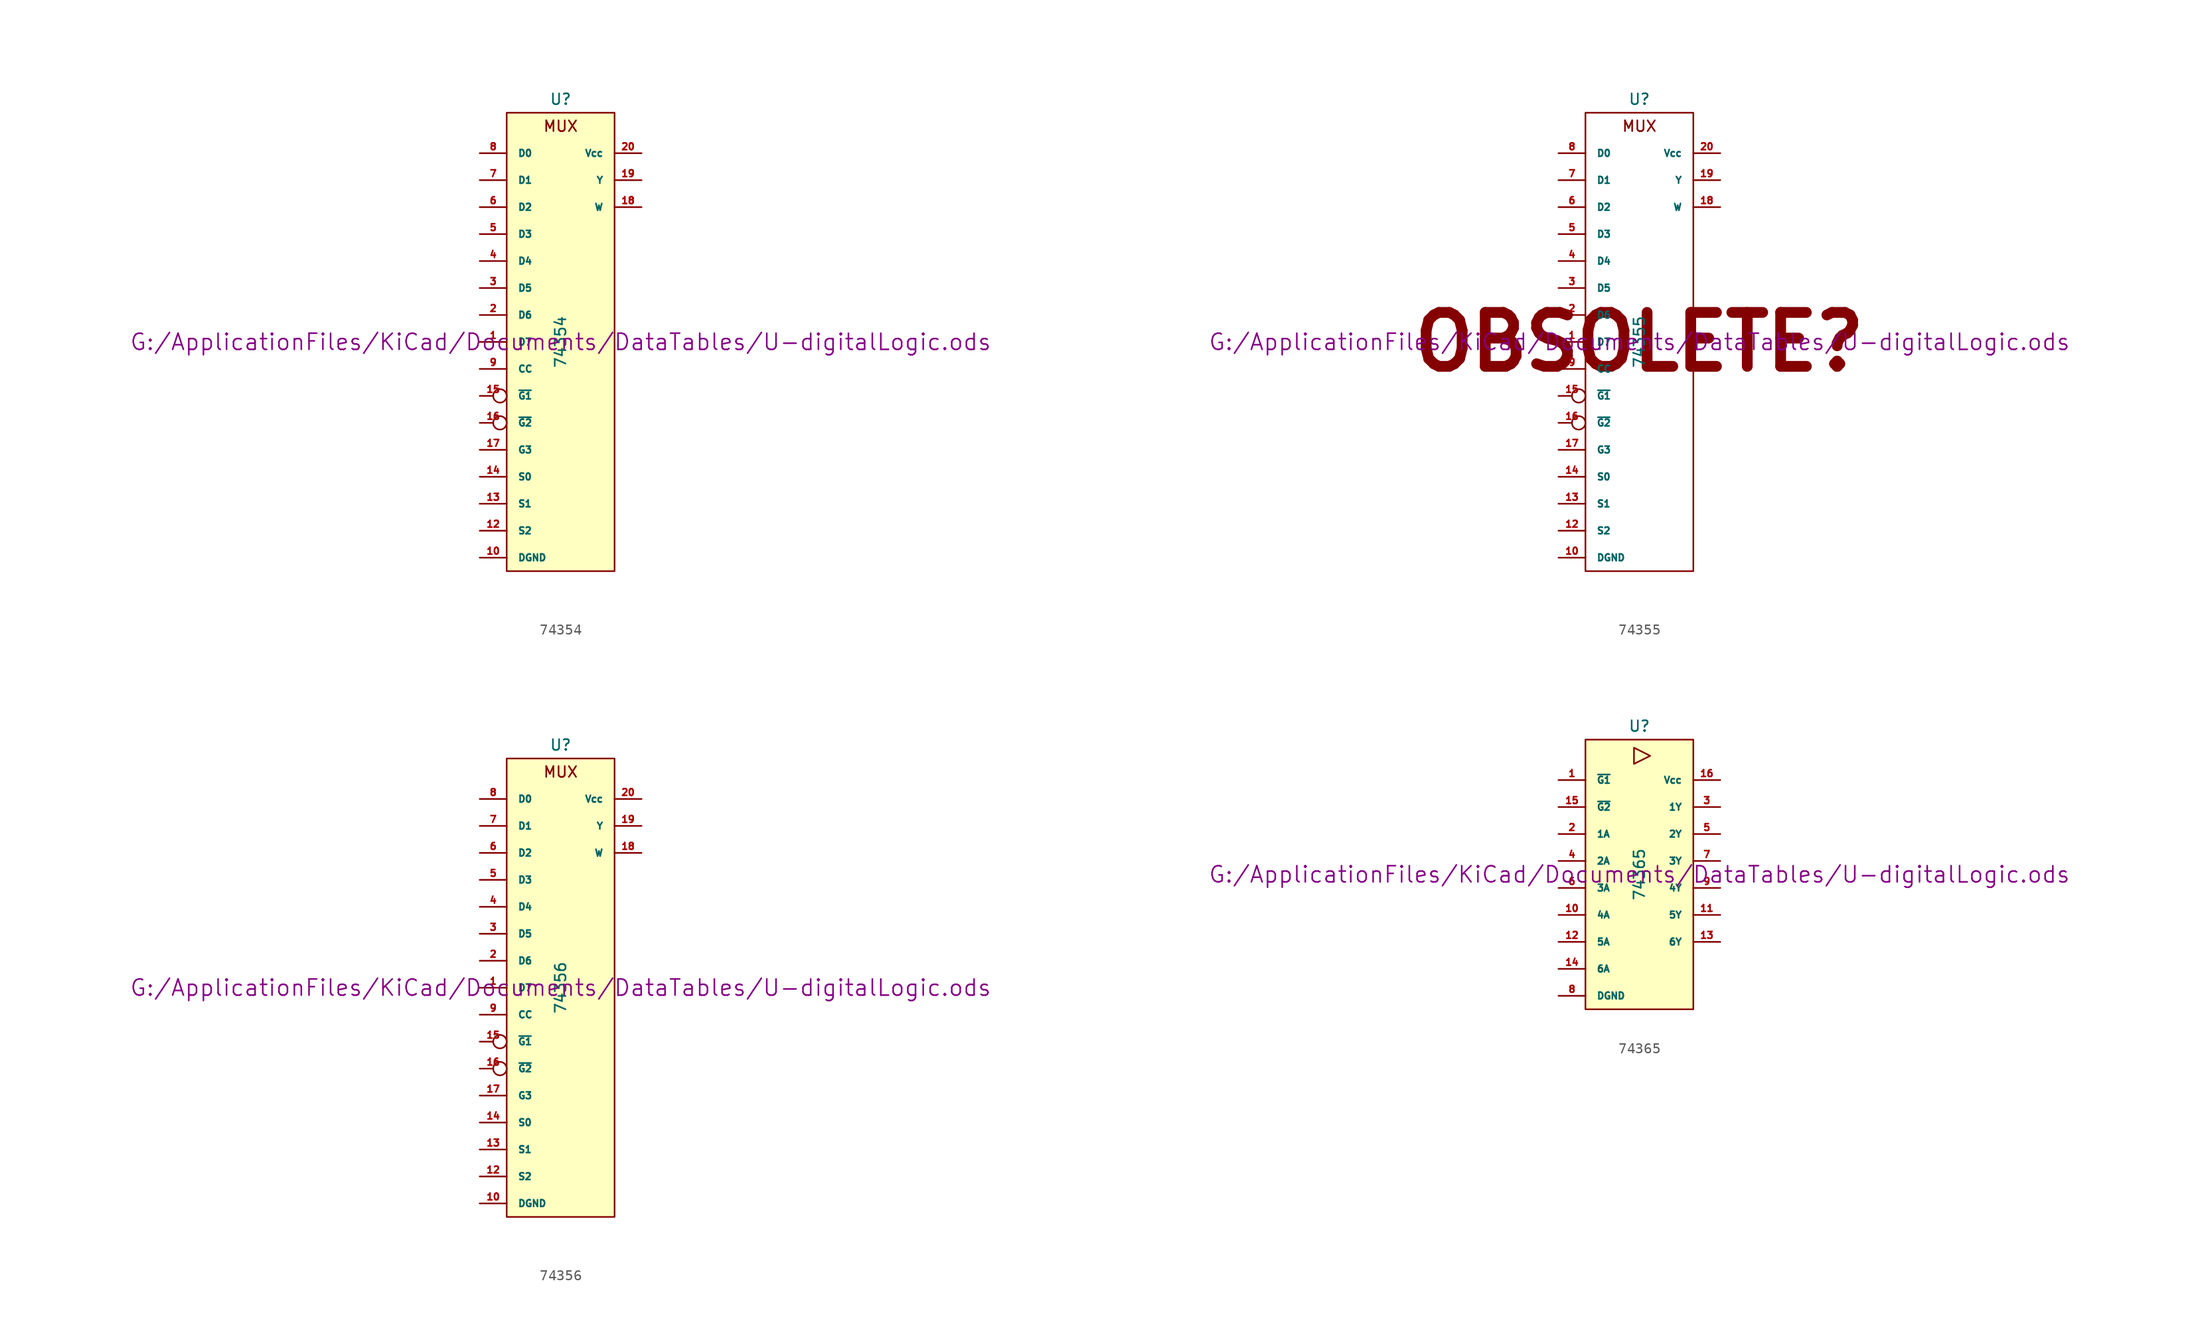
<source format=kicad_sym>
(kicad_symbol_lib
  (version 20211014)
  (generator kicad_symbol_editor)
  (symbol "74354"
    (pin_names
      (offset 1.016))
    (property "Reference" "U"
      (at 0 22.86 0)
      (effects (font (size 1.016 1.016))))
    (property "Value" "74354"
      (at 0 0 90)
      (effects (font (size 1.016 1.016))))
    (property "Footprint" ""
      (at 0 0 0)
      (effects (font (size 1.524 1.524))))
    (property "Datasheet" "G:/ApplicationFiles/KiCad/Documents/DataTables/U-digitalLogic.ods"
      (at 0 0 0)
      (effects (font (size 1.524 1.524))))
    (symbol "74354_0_0"
      (text "MUX" (at 0 20.32 0) (effects (font (size 1.016 1.016)))))
    (symbol "74354_0_1"
      (rectangle (start -5.08 21.59) (end 5.08 -21.59) (stroke (width 0) (type default) (color 0 0 0 0)) (fill (type background))))
    (symbol "74354_1_1"
      (pin input line (at -7.62 0 0) (length 2.54) (name "D7" (effects (font (size 0.635 0.635)))) (number "1" (effects (font (size 0.635 0.635)))))
      (pin power_in line (at -7.62 -20.32 0) (length 2.54) (name "DGND" (effects (font (size 0.635 0.635)))) (number "10" (effects (font (size 0.635 0.635)))))
      (pin input line (at -7.62 -17.78 0) (length 2.54) (name "S2" (effects (font (size 0.635 0.635)))) (number "12" (effects (font (size 0.635 0.635)))))
      (pin input line (at -7.62 -15.24 0) (length 2.54) (name "S1" (effects (font (size 0.635 0.635)))) (number "13" (effects (font (size 0.635 0.635)))))
      (pin input line (at -7.62 -12.7 0) (length 2.54) (name "S0" (effects (font (size 0.635 0.635)))) (number "14" (effects (font (size 0.635 0.635)))))
      (pin input inverted (at -7.62 -5.08 0) (length 2.54) (name "~{G1}" (effects (font (size 0.635 0.635)))) (number "15" (effects (font (size 0.635 0.635)))))
      (pin input inverted (at -7.62 -7.62 0) (length 2.54) (name "~{G2}" (effects (font (size 0.635 0.635)))) (number "16" (effects (font (size 0.635 0.635)))))
      (pin input line (at -7.62 -10.16 0) (length 2.54) (name "G3" (effects (font (size 0.635 0.635)))) (number "17" (effects (font (size 0.635 0.635)))))
      (pin tri_state line (at 7.62 12.7 180) (length 2.54) (name "W" (effects (font (size 0.635 0.635)))) (number "18" (effects (font (size 0.635 0.635)))))
      (pin tri_state line (at 7.62 15.24 180) (length 2.54) (name "Y" (effects (font (size 0.635 0.635)))) (number "19" (effects (font (size 0.635 0.635)))))
      (pin input line (at -7.62 2.54 0) (length 2.54) (name "D6" (effects (font (size 0.635 0.635)))) (number "2" (effects (font (size 0.635 0.635)))))
      (pin power_in line (at 7.62 17.78 180) (length 2.54) (name "Vcc" (effects (font (size 0.635 0.635)))) (number "20" (effects (font (size 0.635 0.635)))))
      (pin input line (at -7.62 5.08 0) (length 2.54) (name "D5" (effects (font (size 0.635 0.635)))) (number "3" (effects (font (size 0.635 0.635)))))
      (pin input line (at -7.62 7.62 0) (length 2.54) (name "D4" (effects (font (size 0.635 0.635)))) (number "4" (effects (font (size 0.635 0.635)))))
      (pin input line (at -7.62 10.16 0) (length 2.54) (name "D3" (effects (font (size 0.635 0.635)))) (number "5" (effects (font (size 0.635 0.635)))))
      (pin input line (at -7.62 12.7 0) (length 2.54) (name "D2" (effects (font (size 0.635 0.635)))) (number "6" (effects (font (size 0.635 0.635)))))
      (pin input line (at -7.62 15.24 0) (length 2.54) (name "D1" (effects (font (size 0.635 0.635)))) (number "7" (effects (font (size 0.635 0.635)))))
      (pin input line (at -7.62 17.78 0) (length 2.54) (name "D0" (effects (font (size 0.635 0.635)))) (number "8" (effects (font (size 0.635 0.635)))))
      (pin input line (at -7.62 -2.54 0) (length 2.54) (name "CC" (effects (font (size 0.635 0.635)))) (number "9" (effects (font (size 0.635 0.635)))))))
  (symbol "74355"
    (pin_names
      (offset 1.016))
    (property "Reference" "U"
      (at 0 22.86 0)
      (effects (font (size 1.016 1.016))))
    (property "Value" "74355"
      (at 0 0 90)
      (effects (font (size 1.016 1.016))))
    (property "Footprint" ""
      (at 0 0 0)
      (effects (font (size 1.524 1.524))))
    (property "Datasheet" "G:/ApplicationFiles/KiCad/Documents/DataTables/U-digitalLogic.ods"
      (at 0 0 0)
      (effects (font (size 1.524 1.524))))
    (symbol "74355_0_0"
      (text "MUX" (at 0 20.32 0) (effects (font (size 1.016 1.016))))
      (text "OBSOLETE?" (at 0 0 0) (effects (font (size 5.08 5.08) bold))))
    (symbol "74355_0_1"
      (rectangle (start -5.08 21.59) (end 5.08 -21.59) (stroke (width 0) (type default) (color 0 0 0 0)) (fill (type none))))
    (symbol "74355_1_1"
      (pin input line (at -7.62 0 0) (length 2.54) (name "D7" (effects (font (size 0.635 0.635)))) (number "1" (effects (font (size 0.635 0.635)))))
      (pin power_in line (at -7.62 -20.32 0) (length 2.54) (name "DGND" (effects (font (size 0.635 0.635)))) (number "10" (effects (font (size 0.635 0.635)))))
      (pin input line (at -7.62 -17.78 0) (length 2.54) (name "S2" (effects (font (size 0.635 0.635)))) (number "12" (effects (font (size 0.635 0.635)))))
      (pin input line (at -7.62 -15.24 0) (length 2.54) (name "S1" (effects (font (size 0.635 0.635)))) (number "13" (effects (font (size 0.635 0.635)))))
      (pin input line (at -7.62 -12.7 0) (length 2.54) (name "S0" (effects (font (size 0.635 0.635)))) (number "14" (effects (font (size 0.635 0.635)))))
      (pin input inverted (at -7.62 -5.08 0) (length 2.54) (name "~{G1}" (effects (font (size 0.635 0.635)))) (number "15" (effects (font (size 0.635 0.635)))))
      (pin input inverted (at -7.62 -7.62 0) (length 2.54) (name "~{G2}" (effects (font (size 0.635 0.635)))) (number "16" (effects (font (size 0.635 0.635)))))
      (pin input line (at -7.62 -10.16 0) (length 2.54) (name "G3" (effects (font (size 0.635 0.635)))) (number "17" (effects (font (size 0.635 0.635)))))
      (pin open_collector line (at 7.62 12.7 180) (length 2.54) (name "W" (effects (font (size 0.635 0.635)))) (number "18" (effects (font (size 0.635 0.635)))))
      (pin open_collector line (at 7.62 15.24 180) (length 2.54) (name "Y" (effects (font (size 0.635 0.635)))) (number "19" (effects (font (size 0.635 0.635)))))
      (pin input line (at -7.62 2.54 0) (length 2.54) (name "D6" (effects (font (size 0.635 0.635)))) (number "2" (effects (font (size 0.635 0.635)))))
      (pin power_in line (at 7.62 17.78 180) (length 2.54) (name "Vcc" (effects (font (size 0.635 0.635)))) (number "20" (effects (font (size 0.635 0.635)))))
      (pin input line (at -7.62 5.08 0) (length 2.54) (name "D5" (effects (font (size 0.635 0.635)))) (number "3" (effects (font (size 0.635 0.635)))))
      (pin input line (at -7.62 7.62 0) (length 2.54) (name "D4" (effects (font (size 0.635 0.635)))) (number "4" (effects (font (size 0.635 0.635)))))
      (pin input line (at -7.62 10.16 0) (length 2.54) (name "D3" (effects (font (size 0.635 0.635)))) (number "5" (effects (font (size 0.635 0.635)))))
      (pin input line (at -7.62 12.7 0) (length 2.54) (name "D2" (effects (font (size 0.635 0.635)))) (number "6" (effects (font (size 0.635 0.635)))))
      (pin input line (at -7.62 15.24 0) (length 2.54) (name "D1" (effects (font (size 0.635 0.635)))) (number "7" (effects (font (size 0.635 0.635)))))
      (pin input line (at -7.62 17.78 0) (length 2.54) (name "D0" (effects (font (size 0.635 0.635)))) (number "8" (effects (font (size 0.635 0.635)))))
      (pin input line (at -7.62 -2.54 0) (length 2.54) (name "CC" (effects (font (size 0.635 0.635)))) (number "9" (effects (font (size 0.635 0.635)))))))
  (symbol "74356"
    (pin_names
      (offset 1.016))
    (property "Reference" "U"
      (at 0 22.86 0)
      (effects (font (size 1.016 1.016))))
    (property "Value" "74356"
      (at 0 0 90)
      (effects (font (size 1.016 1.016))))
    (property "Footprint" ""
      (at 0 0 0)
      (effects (font (size 1.524 1.524))))
    (property "Datasheet" "G:/ApplicationFiles/KiCad/Documents/DataTables/U-digitalLogic.ods"
      (at 0 0 0)
      (effects (font (size 1.524 1.524))))
    (symbol "74356_0_0"
      (text "MUX" (at 0 20.32 0) (effects (font (size 1.016 1.016)))))
    (symbol "74356_0_1"
      (rectangle (start -5.08 21.59) (end 5.08 -21.59) (stroke (width 0) (type default) (color 0 0 0 0)) (fill (type background))))
    (symbol "74356_1_1"
      (pin input line (at -7.62 0 0) (length 2.54) (name "D7" (effects (font (size 0.635 0.635)))) (number "1" (effects (font (size 0.635 0.635)))))
      (pin power_in line (at -7.62 -20.32 0) (length 2.54) (name "DGND" (effects (font (size 0.635 0.635)))) (number "10" (effects (font (size 0.635 0.635)))))
      (pin input line (at -7.62 -17.78 0) (length 2.54) (name "S2" (effects (font (size 0.635 0.635)))) (number "12" (effects (font (size 0.635 0.635)))))
      (pin input line (at -7.62 -15.24 0) (length 2.54) (name "S1" (effects (font (size 0.635 0.635)))) (number "13" (effects (font (size 0.635 0.635)))))
      (pin input line (at -7.62 -12.7 0) (length 2.54) (name "S0" (effects (font (size 0.635 0.635)))) (number "14" (effects (font (size 0.635 0.635)))))
      (pin input inverted (at -7.62 -5.08 0) (length 2.54) (name "~{G1}" (effects (font (size 0.635 0.635)))) (number "15" (effects (font (size 0.635 0.635)))))
      (pin input inverted (at -7.62 -7.62 0) (length 2.54) (name "~{G2}" (effects (font (size 0.635 0.635)))) (number "16" (effects (font (size 0.635 0.635)))))
      (pin input line (at -7.62 -10.16 0) (length 2.54) (name "G3" (effects (font (size 0.635 0.635)))) (number "17" (effects (font (size 0.635 0.635)))))
      (pin tri_state line (at 7.62 12.7 180) (length 2.54) (name "W" (effects (font (size 0.635 0.635)))) (number "18" (effects (font (size 0.635 0.635)))))
      (pin tri_state line (at 7.62 15.24 180) (length 2.54) (name "Y" (effects (font (size 0.635 0.635)))) (number "19" (effects (font (size 0.635 0.635)))))
      (pin input line (at -7.62 2.54 0) (length 2.54) (name "D6" (effects (font (size 0.635 0.635)))) (number "2" (effects (font (size 0.635 0.635)))))
      (pin power_in line (at 7.62 17.78 180) (length 2.54) (name "Vcc" (effects (font (size 0.635 0.635)))) (number "20" (effects (font (size 0.635 0.635)))))
      (pin input line (at -7.62 5.08 0) (length 2.54) (name "D5" (effects (font (size 0.635 0.635)))) (number "3" (effects (font (size 0.635 0.635)))))
      (pin input line (at -7.62 7.62 0) (length 2.54) (name "D4" (effects (font (size 0.635 0.635)))) (number "4" (effects (font (size 0.635 0.635)))))
      (pin input line (at -7.62 10.16 0) (length 2.54) (name "D3" (effects (font (size 0.635 0.635)))) (number "5" (effects (font (size 0.635 0.635)))))
      (pin input line (at -7.62 12.7 0) (length 2.54) (name "D2" (effects (font (size 0.635 0.635)))) (number "6" (effects (font (size 0.635 0.635)))))
      (pin input line (at -7.62 15.24 0) (length 2.54) (name "D1" (effects (font (size 0.635 0.635)))) (number "7" (effects (font (size 0.635 0.635)))))
      (pin input line (at -7.62 17.78 0) (length 2.54) (name "D0" (effects (font (size 0.635 0.635)))) (number "8" (effects (font (size 0.635 0.635)))))
      (pin input line (at -7.62 -2.54 0) (length 2.54) (name "CC" (effects (font (size 0.635 0.635)))) (number "9" (effects (font (size 0.635 0.635)))))))
  (symbol "74365"
    (pin_names
      (offset 1.016))
    (property "Reference" "U"
      (at 0 13.97 0)
      (effects (font (size 1.016 1.016))))
    (property "Value" "74365"
      (at 0 0 90)
      (effects (font (size 1.016 1.016))))
    (property "Footprint" ""
      (at 0 0 0)
      (effects (font (size 1.524 1.524))))
    (property "Datasheet" "G:/ApplicationFiles/KiCad/Documents/DataTables/U-digitalLogic.ods"
      (at 0 0 0)
      (effects (font (size 1.524 1.524))))
    (symbol "74365_0_0"
      (polyline (pts (xy -0.508 11.938) (xy -0.508 10.414) (xy 1.016 11.176) (xy -0.508 11.938)) (stroke (width 0) (type default) (color 0 0 0 0)) (fill (type none))))
    (symbol "74365_0_1"
      (rectangle (start -5.08 12.7) (end 5.08 -12.7) (stroke (width 0) (type default) (color 0 0 0 0)) (fill (type background))))
    (symbol "74365_1_1"
      (pin input line (at -7.62 8.89 0) (length 2.54) (name "~{G1}" (effects (font (size 0.635 0.635)))) (number "1" (effects (font (size 0.635 0.635)))))
      (pin input line (at -7.62 -3.81 0) (length 2.54) (name "4A" (effects (font (size 0.635 0.635)))) (number "10" (effects (font (size 0.635 0.635)))))
      (pin tri_state line (at 7.62 -3.81 180) (length 2.54) (name "5Y" (effects (font (size 0.635 0.635)))) (number "11" (effects (font (size 0.635 0.635)))))
      (pin input line (at -7.62 -6.35 0) (length 2.54) (name "5A" (effects (font (size 0.635 0.635)))) (number "12" (effects (font (size 0.635 0.635)))))
      (pin tri_state line (at 7.62 -6.35 180) (length 2.54) (name "6Y" (effects (font (size 0.635 0.635)))) (number "13" (effects (font (size 0.635 0.635)))))
      (pin input line (at -7.62 -8.89 0) (length 2.54) (name "6A" (effects (font (size 0.635 0.635)))) (number "14" (effects (font (size 0.635 0.635)))))
      (pin input line (at -7.62 6.35 0) (length 2.54) (name "~{G2}" (effects (font (size 0.635 0.635)))) (number "15" (effects (font (size 0.635 0.635)))))
      (pin power_in line (at 7.62 8.89 180) (length 2.54) (name "Vcc" (effects (font (size 0.635 0.635)))) (number "16" (effects (font (size 0.635 0.635)))))
      (pin input line (at -7.62 3.81 0) (length 2.54) (name "1A" (effects (font (size 0.635 0.635)))) (number "2" (effects (font (size 0.635 0.635)))))
      (pin tri_state line (at 7.62 6.35 180) (length 2.54) (name "1Y" (effects (font (size 0.635 0.635)))) (number "3" (effects (font (size 0.635 0.635)))))
      (pin input line (at -7.62 1.27 0) (length 2.54) (name "2A" (effects (font (size 0.635 0.635)))) (number "4" (effects (font (size 0.635 0.635)))))
      (pin tri_state line (at 7.62 3.81 180) (length 2.54) (name "2Y" (effects (font (size 0.635 0.635)))) (number "5" (effects (font (size 0.635 0.635)))))
      (pin input line (at -7.62 -1.27 0) (length 2.54) (name "3A" (effects (font (size 0.635 0.635)))) (number "6" (effects (font (size 0.635 0.635)))))
      (pin tri_state line (at 7.62 1.27 180) (length 2.54) (name "3Y" (effects (font (size 0.635 0.635)))) (number "7" (effects (font (size 0.635 0.635)))))
      (pin power_in line (at -7.62 -11.43 0) (length 2.54) (name "DGND" (effects (font (size 0.635 0.635)))) (number "8" (effects (font (size 0.635 0.635)))))
      (pin tri_state line (at 7.62 -1.27 180) (length 2.54) (name "4Y" (effects (font (size 0.635 0.635)))) (number "9" (effects (font (size 0.635 0.635))))))))
</source>
